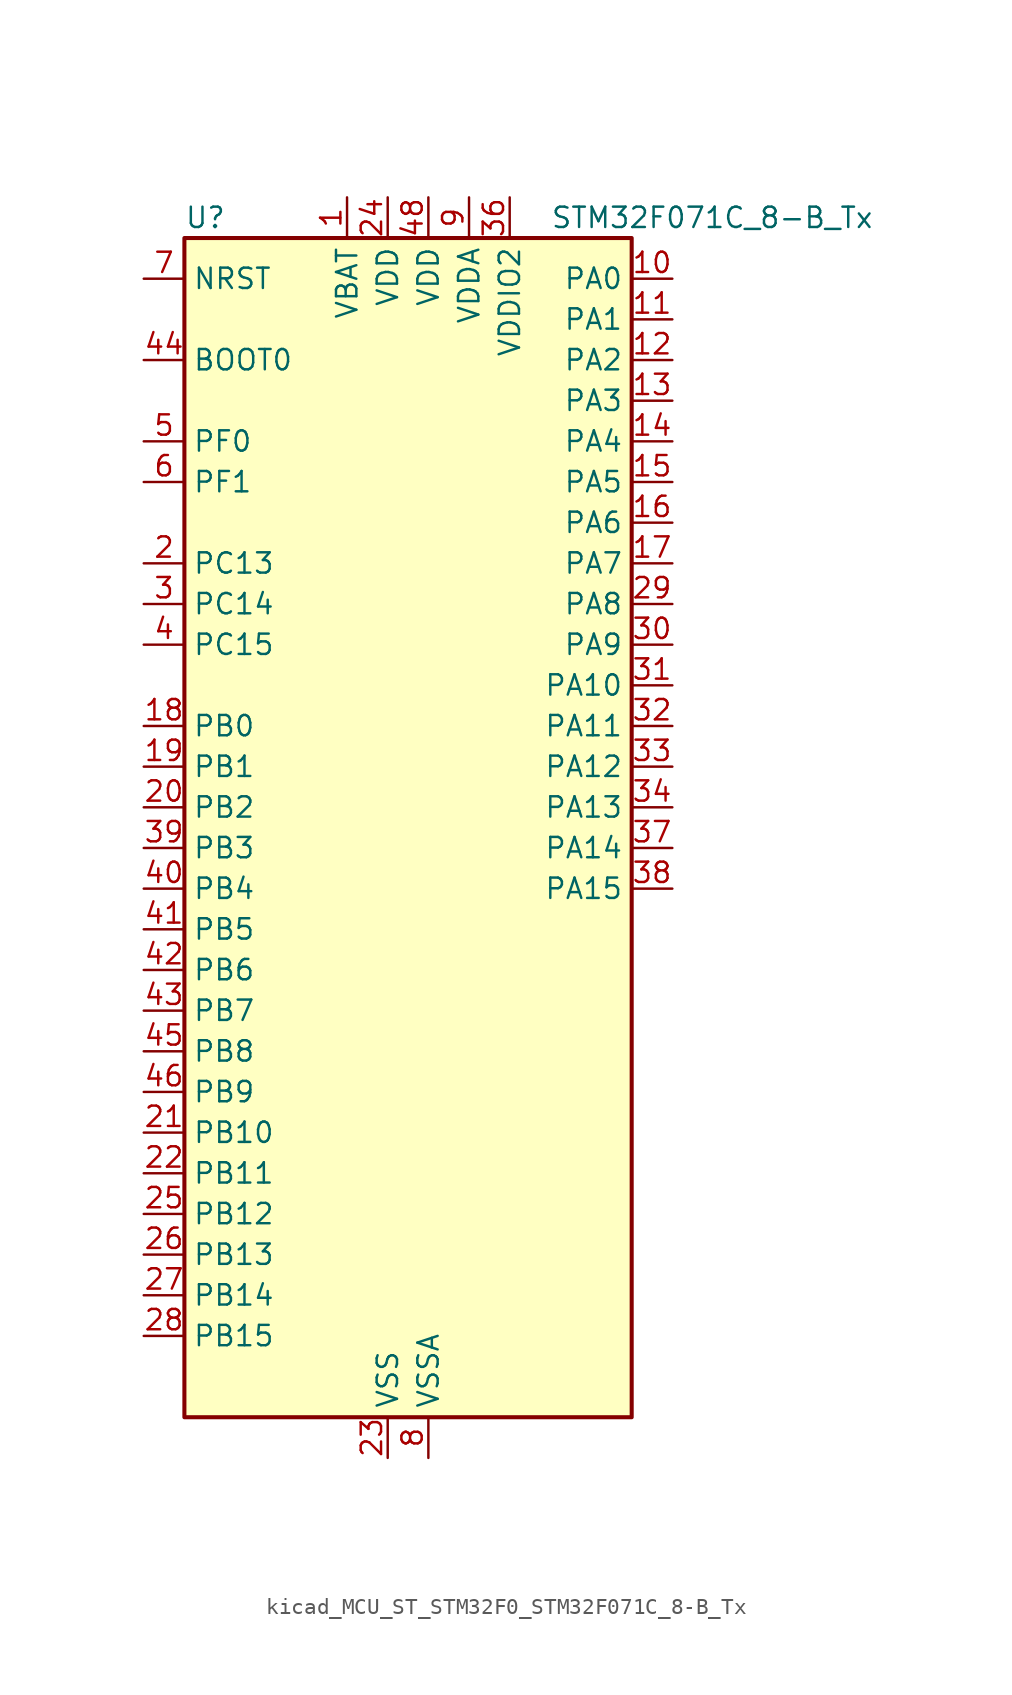
<source format=kicad_sym>
(kicad_symbol_lib
  (version 20220914)
  (generator kicad_symbol_editor)
  (symbol "kicad_MCU_ST_STM32F0_STM32F071C_8-B_Tx"
    (property "Reference" "U"
      (at -12.7 39.37 0)
      (effects (font (size 1.27 1.27)) (justify left)))
    (property "Value" "STM32F071C_8-B_Tx"
      (at 10.16 39.37 0)
      (effects (font (size 1.27 1.27)) (justify left)))
    (property "ki_locked" ""
      (at 0 0 0)
      (effects (font (size 1.27 1.27))))
    (symbol "kicad_MCU_ST_STM32F0_STM32F071C_8-B_Tx_0_1"
      (rectangle (start -12.7 -35.56) (end 15.24 38.1) (stroke (width 0.254) (type default)) (fill (type background))))
    (symbol "kicad_MCU_ST_STM32F0_STM32F071C_8-B_Tx_1_1"
      (pin power_in line (at -2.54 40.64 270) (length 2.54) (name "VBAT" (effects (font (size 1.27 1.27)))) (number "1" (effects (font (size 1.27 1.27)))))
      (pin bidirectional line (at 17.78 35.56 180) (length 2.54) (name "PA0" (effects (font (size 1.27 1.27)))) (number "10" (effects (font (size 1.27 1.27)))) (alternate "ADC_IN0" bidirectional line) (alternate "COMP1_INM" bidirectional line) (alternate "COMP1_OUT" bidirectional line) (alternate "RTC_TAMP2" bidirectional line) (alternate "SYS_WKUP1" bidirectional line) (alternate "TIM2_CH1" bidirectional line) (alternate "TIM2_ETR" bidirectional line) (alternate "TSC_G1_IO1" bidirectional line) (alternate "USART2_CTS" bidirectional line) (alternate "USART4_TX" bidirectional line))
      (pin bidirectional line (at 17.78 33.02 180) (length 2.54) (name "PA1" (effects (font (size 1.27 1.27)))) (number "11" (effects (font (size 1.27 1.27)))) (alternate "ADC_IN1" bidirectional line) (alternate "COMP1_INP" bidirectional line) (alternate "TIM15_CH1N" bidirectional line) (alternate "TIM2_CH2" bidirectional line) (alternate "TSC_G1_IO2" bidirectional line) (alternate "USART2_DE" bidirectional line) (alternate "USART2_RTS" bidirectional line) (alternate "USART4_RX" bidirectional line))
      (pin bidirectional line (at 17.78 30.48 180) (length 2.54) (name "PA2" (effects (font (size 1.27 1.27)))) (number "12" (effects (font (size 1.27 1.27)))) (alternate "ADC_IN2" bidirectional line) (alternate "COMP2_INM" bidirectional line) (alternate "COMP2_OUT" bidirectional line) (alternate "SYS_WKUP4" bidirectional line) (alternate "TIM15_CH1" bidirectional line) (alternate "TIM2_CH3" bidirectional line) (alternate "TSC_G1_IO3" bidirectional line) (alternate "USART2_TX" bidirectional line))
      (pin bidirectional line (at 17.78 27.94 180) (length 2.54) (name "PA3" (effects (font (size 1.27 1.27)))) (number "13" (effects (font (size 1.27 1.27)))) (alternate "ADC_IN3" bidirectional line) (alternate "COMP2_INP" bidirectional line) (alternate "TIM15_CH2" bidirectional line) (alternate "TIM2_CH4" bidirectional line) (alternate "TSC_G1_IO4" bidirectional line) (alternate "USART2_RX" bidirectional line))
      (pin bidirectional line (at 17.78 25.4 180) (length 2.54) (name "PA4" (effects (font (size 1.27 1.27)))) (number "14" (effects (font (size 1.27 1.27)))) (alternate "ADC_IN4" bidirectional line) (alternate "COMP1_INM" bidirectional line) (alternate "COMP2_INM" bidirectional line) (alternate "DAC_OUT1" bidirectional line) (alternate "I2S1_WS" bidirectional line) (alternate "SPI1_NSS" bidirectional line) (alternate "TIM14_CH1" bidirectional line) (alternate "TSC_G2_IO1" bidirectional line) (alternate "USART2_CK" bidirectional line))
      (pin bidirectional line (at 17.78 22.86 180) (length 2.54) (name "PA5" (effects (font (size 1.27 1.27)))) (number "15" (effects (font (size 1.27 1.27)))) (alternate "ADC_IN5" bidirectional line) (alternate "CEC" bidirectional line) (alternate "COMP1_INM" bidirectional line) (alternate "COMP2_INM" bidirectional line) (alternate "DAC_OUT2" bidirectional line) (alternate "I2S1_CK" bidirectional line) (alternate "SPI1_SCK" bidirectional line) (alternate "TIM2_CH1" bidirectional line) (alternate "TIM2_ETR" bidirectional line) (alternate "TSC_G2_IO2" bidirectional line))
      (pin bidirectional line (at 17.78 20.32 180) (length 2.54) (name "PA6" (effects (font (size 1.27 1.27)))) (number "16" (effects (font (size 1.27 1.27)))) (alternate "ADC_IN6" bidirectional line) (alternate "COMP1_OUT" bidirectional line) (alternate "I2S1_MCK" bidirectional line) (alternate "SPI1_MISO" bidirectional line) (alternate "TIM16_CH1" bidirectional line) (alternate "TIM1_BKIN" bidirectional line) (alternate "TIM3_CH1" bidirectional line) (alternate "TSC_G2_IO3" bidirectional line) (alternate "USART3_CTS" bidirectional line))
      (pin bidirectional line (at 17.78 17.78 180) (length 2.54) (name "PA7" (effects (font (size 1.27 1.27)))) (number "17" (effects (font (size 1.27 1.27)))) (alternate "ADC_IN7" bidirectional line) (alternate "COMP2_OUT" bidirectional line) (alternate "I2S1_SD" bidirectional line) (alternate "SPI1_MOSI" bidirectional line) (alternate "TIM14_CH1" bidirectional line) (alternate "TIM17_CH1" bidirectional line) (alternate "TIM1_CH1N" bidirectional line) (alternate "TIM3_CH2" bidirectional line) (alternate "TSC_G2_IO4" bidirectional line))
      (pin bidirectional line (at -15.24 7.62 0) (length 2.54) (name "PB0" (effects (font (size 1.27 1.27)))) (number "18" (effects (font (size 1.27 1.27)))) (alternate "ADC_IN8" bidirectional line) (alternate "TIM1_CH2N" bidirectional line) (alternate "TIM3_CH3" bidirectional line) (alternate "TSC_G3_IO2" bidirectional line) (alternate "USART3_CK" bidirectional line))
      (pin bidirectional line (at -15.24 5.08 0) (length 2.54) (name "PB1" (effects (font (size 1.27 1.27)))) (number "19" (effects (font (size 1.27 1.27)))) (alternate "ADC_IN9" bidirectional line) (alternate "TIM14_CH1" bidirectional line) (alternate "TIM1_CH3N" bidirectional line) (alternate "TIM3_CH4" bidirectional line) (alternate "TSC_G3_IO3" bidirectional line) (alternate "USART3_DE" bidirectional line) (alternate "USART3_RTS" bidirectional line))
      (pin bidirectional line (at -15.24 17.78 0) (length 2.54) (name "PC13" (effects (font (size 1.27 1.27)))) (number "2" (effects (font (size 1.27 1.27)))) (alternate "RTC_OUT_ALARM" bidirectional line) (alternate "RTC_OUT_CALIB" bidirectional line) (alternate "RTC_TAMP1" bidirectional line) (alternate "RTC_TS" bidirectional line) (alternate "SYS_WKUP2" bidirectional line))
      (pin bidirectional line (at -15.24 2.54 0) (length 2.54) (name "PB2" (effects (font (size 1.27 1.27)))) (number "20" (effects (font (size 1.27 1.27)))) (alternate "TSC_G3_IO4" bidirectional line))
      (pin bidirectional line (at -15.24 -17.78 0) (length 2.54) (name "PB10" (effects (font (size 1.27 1.27)))) (number "21" (effects (font (size 1.27 1.27)))) (alternate "CEC" bidirectional line) (alternate "I2C2_SCL" bidirectional line) (alternate "I2S2_CK" bidirectional line) (alternate "SPI2_SCK" bidirectional line) (alternate "TIM2_CH3" bidirectional line) (alternate "TSC_SYNC" bidirectional line) (alternate "USART3_TX" bidirectional line))
      (pin bidirectional line (at -15.24 -20.32 0) (length 2.54) (name "PB11" (effects (font (size 1.27 1.27)))) (number "22" (effects (font (size 1.27 1.27)))) (alternate "I2C2_SDA" bidirectional line) (alternate "TIM2_CH4" bidirectional line) (alternate "TSC_G6_IO1" bidirectional line) (alternate "USART3_RX" bidirectional line))
      (pin power_in line (at 0 -38.1 90) (length 2.54) (name "VSS" (effects (font (size 1.27 1.27)))) (number "23" (effects (font (size 1.27 1.27)))))
      (pin power_in line (at 0 40.64 270) (length 2.54) (name "VDD" (effects (font (size 1.27 1.27)))) (number "24" (effects (font (size 1.27 1.27)))))
      (pin bidirectional line (at -15.24 -22.86 0) (length 2.54) (name "PB12" (effects (font (size 1.27 1.27)))) (number "25" (effects (font (size 1.27 1.27)))) (alternate "I2S2_WS" bidirectional line) (alternate "SPI2_NSS" bidirectional line) (alternate "TIM15_BKIN" bidirectional line) (alternate "TIM1_BKIN" bidirectional line) (alternate "TSC_G6_IO2" bidirectional line) (alternate "USART3_CK" bidirectional line))
      (pin bidirectional line (at -15.24 -25.4 0) (length 2.54) (name "PB13" (effects (font (size 1.27 1.27)))) (number "26" (effects (font (size 1.27 1.27)))) (alternate "I2C2_SCL" bidirectional line) (alternate "I2S2_CK" bidirectional line) (alternate "SPI2_SCK" bidirectional line) (alternate "TIM1_CH1N" bidirectional line) (alternate "TSC_G6_IO3" bidirectional line) (alternate "USART3_CTS" bidirectional line))
      (pin bidirectional line (at -15.24 -27.94 0) (length 2.54) (name "PB14" (effects (font (size 1.27 1.27)))) (number "27" (effects (font (size 1.27 1.27)))) (alternate "I2C2_SDA" bidirectional line) (alternate "I2S2_MCK" bidirectional line) (alternate "SPI2_MISO" bidirectional line) (alternate "TIM15_CH1" bidirectional line) (alternate "TIM1_CH2N" bidirectional line) (alternate "TSC_G6_IO4" bidirectional line) (alternate "USART3_DE" bidirectional line) (alternate "USART3_RTS" bidirectional line))
      (pin bidirectional line (at -15.24 -30.48 0) (length 2.54) (name "PB15" (effects (font (size 1.27 1.27)))) (number "28" (effects (font (size 1.27 1.27)))) (alternate "I2S2_SD" bidirectional line) (alternate "RTC_REFIN" bidirectional line) (alternate "SPI2_MOSI" bidirectional line) (alternate "SYS_WKUP7" bidirectional line) (alternate "TIM15_CH1N" bidirectional line) (alternate "TIM15_CH2" bidirectional line) (alternate "TIM1_CH3N" bidirectional line))
      (pin bidirectional line (at 17.78 15.24 180) (length 2.54) (name "PA8" (effects (font (size 1.27 1.27)))) (number "29" (effects (font (size 1.27 1.27)))) (alternate "CRS_SYNC" bidirectional line) (alternate "RCC_MCO" bidirectional line) (alternate "TIM1_CH1" bidirectional line) (alternate "USART1_CK" bidirectional line))
      (pin bidirectional line (at -15.24 15.24 0) (length 2.54) (name "PC14" (effects (font (size 1.27 1.27)))) (number "3" (effects (font (size 1.27 1.27)))) (alternate "RCC_OSC32_IN" bidirectional line))
      (pin bidirectional line (at 17.78 12.7 180) (length 2.54) (name "PA9" (effects (font (size 1.27 1.27)))) (number "30" (effects (font (size 1.27 1.27)))) (alternate "DAC_EXTI9" bidirectional line) (alternate "TIM15_BKIN" bidirectional line) (alternate "TIM1_CH2" bidirectional line) (alternate "TSC_G4_IO1" bidirectional line) (alternate "USART1_TX" bidirectional line))
      (pin bidirectional line (at 17.78 10.16 180) (length 2.54) (name "PA10" (effects (font (size 1.27 1.27)))) (number "31" (effects (font (size 1.27 1.27)))) (alternate "TIM17_BKIN" bidirectional line) (alternate "TIM1_CH3" bidirectional line) (alternate "TSC_G4_IO2" bidirectional line) (alternate "USART1_RX" bidirectional line))
      (pin bidirectional line (at 17.78 7.62 180) (length 2.54) (name "PA11" (effects (font (size 1.27 1.27)))) (number "32" (effects (font (size 1.27 1.27)))) (alternate "COMP1_OUT" bidirectional line) (alternate "TIM1_CH4" bidirectional line) (alternate "TSC_G4_IO3" bidirectional line) (alternate "USART1_CTS" bidirectional line))
      (pin bidirectional line (at 17.78 5.08 180) (length 2.54) (name "PA12" (effects (font (size 1.27 1.27)))) (number "33" (effects (font (size 1.27 1.27)))) (alternate "COMP2_OUT" bidirectional line) (alternate "TIM1_ETR" bidirectional line) (alternate "TSC_G4_IO4" bidirectional line) (alternate "USART1_DE" bidirectional line) (alternate "USART1_RTS" bidirectional line))
      (pin bidirectional line (at 17.78 2.54 180) (length 2.54) (name "PA13" (effects (font (size 1.27 1.27)))) (number "34" (effects (font (size 1.27 1.27)))) (alternate "IR_OUT" bidirectional line) (alternate "SYS_SWDIO" bidirectional line))
      (pin passive line (at 0 -38.1 90) (length 2.54) hide (name "VSS" (effects (font (size 1.27 1.27)))) (number "35" (effects (font (size 1.27 1.27)))))
      (pin power_in line (at 7.62 40.64 270) (length 2.54) (name "VDDIO2" (effects (font (size 1.27 1.27)))) (number "36" (effects (font (size 1.27 1.27)))))
      (pin bidirectional line (at 17.78 0 180) (length 2.54) (name "PA14" (effects (font (size 1.27 1.27)))) (number "37" (effects (font (size 1.27 1.27)))) (alternate "SYS_SWCLK" bidirectional line) (alternate "USART2_TX" bidirectional line))
      (pin bidirectional line (at 17.78 -2.54 180) (length 2.54) (name "PA15" (effects (font (size 1.27 1.27)))) (number "38" (effects (font (size 1.27 1.27)))) (alternate "I2S1_WS" bidirectional line) (alternate "SPI1_NSS" bidirectional line) (alternate "TIM2_CH1" bidirectional line) (alternate "TIM2_ETR" bidirectional line) (alternate "USART2_RX" bidirectional line) (alternate "USART4_DE" bidirectional line) (alternate "USART4_RTS" bidirectional line))
      (pin bidirectional line (at -15.24 0 0) (length 2.54) (name "PB3" (effects (font (size 1.27 1.27)))) (number "39" (effects (font (size 1.27 1.27)))) (alternate "I2S1_CK" bidirectional line) (alternate "SPI1_SCK" bidirectional line) (alternate "TIM2_CH2" bidirectional line) (alternate "TSC_G5_IO1" bidirectional line))
      (pin bidirectional line (at -15.24 12.7 0) (length 2.54) (name "PC15" (effects (font (size 1.27 1.27)))) (number "4" (effects (font (size 1.27 1.27)))) (alternate "RCC_OSC32_OUT" bidirectional line))
      (pin bidirectional line (at -15.24 -2.54 0) (length 2.54) (name "PB4" (effects (font (size 1.27 1.27)))) (number "40" (effects (font (size 1.27 1.27)))) (alternate "I2S1_MCK" bidirectional line) (alternate "SPI1_MISO" bidirectional line) (alternate "TIM17_BKIN" bidirectional line) (alternate "TIM3_CH1" bidirectional line) (alternate "TSC_G5_IO2" bidirectional line))
      (pin bidirectional line (at -15.24 -5.08 0) (length 2.54) (name "PB5" (effects (font (size 1.27 1.27)))) (number "41" (effects (font (size 1.27 1.27)))) (alternate "I2C1_SMBA" bidirectional line) (alternate "I2S1_SD" bidirectional line) (alternate "SPI1_MOSI" bidirectional line) (alternate "SYS_WKUP6" bidirectional line) (alternate "TIM16_BKIN" bidirectional line) (alternate "TIM3_CH2" bidirectional line))
      (pin bidirectional line (at -15.24 -7.62 0) (length 2.54) (name "PB6" (effects (font (size 1.27 1.27)))) (number "42" (effects (font (size 1.27 1.27)))) (alternate "I2C1_SCL" bidirectional line) (alternate "TIM16_CH1N" bidirectional line) (alternate "TSC_G5_IO3" bidirectional line) (alternate "USART1_TX" bidirectional line))
      (pin bidirectional line (at -15.24 -10.16 0) (length 2.54) (name "PB7" (effects (font (size 1.27 1.27)))) (number "43" (effects (font (size 1.27 1.27)))) (alternate "I2C1_SDA" bidirectional line) (alternate "TIM17_CH1N" bidirectional line) (alternate "TSC_G5_IO4" bidirectional line) (alternate "USART1_RX" bidirectional line) (alternate "USART4_CTS" bidirectional line))
      (pin input line (at -15.24 30.48 0) (length 2.54) (name "BOOT0" (effects (font (size 1.27 1.27)))) (number "44" (effects (font (size 1.27 1.27)))))
      (pin bidirectional line (at -15.24 -12.7 0) (length 2.54) (name "PB8" (effects (font (size 1.27 1.27)))) (number "45" (effects (font (size 1.27 1.27)))) (alternate "CEC" bidirectional line) (alternate "I2C1_SCL" bidirectional line) (alternate "TIM16_CH1" bidirectional line) (alternate "TSC_SYNC" bidirectional line))
      (pin bidirectional line (at -15.24 -15.24 0) (length 2.54) (name "PB9" (effects (font (size 1.27 1.27)))) (number "46" (effects (font (size 1.27 1.27)))) (alternate "DAC_EXTI9" bidirectional line) (alternate "I2C1_SDA" bidirectional line) (alternate "I2S2_WS" bidirectional line) (alternate "IR_OUT" bidirectional line) (alternate "SPI2_NSS" bidirectional line) (alternate "TIM17_CH1" bidirectional line))
      (pin passive line (at 0 -38.1 90) (length 2.54) hide (name "VSS" (effects (font (size 1.27 1.27)))) (number "47" (effects (font (size 1.27 1.27)))))
      (pin power_in line (at 2.54 40.64 270) (length 2.54) (name "VDD" (effects (font (size 1.27 1.27)))) (number "48" (effects (font (size 1.27 1.27)))))
      (pin bidirectional line (at -15.24 25.4 0) (length 2.54) (name "PF0" (effects (font (size 1.27 1.27)))) (number "5" (effects (font (size 1.27 1.27)))) (alternate "CRS_SYNC" bidirectional line) (alternate "RCC_OSC_IN" bidirectional line))
      (pin bidirectional line (at -15.24 22.86 0) (length 2.54) (name "PF1" (effects (font (size 1.27 1.27)))) (number "6" (effects (font (size 1.27 1.27)))) (alternate "RCC_OSC_OUT" bidirectional line))
      (pin input line (at -15.24 35.56 0) (length 2.54) (name "NRST" (effects (font (size 1.27 1.27)))) (number "7" (effects (font (size 1.27 1.27)))))
      (pin power_in line (at 2.54 -38.1 90) (length 2.54) (name "VSSA" (effects (font (size 1.27 1.27)))) (number "8" (effects (font (size 1.27 1.27)))))
      (pin power_in line (at 5.08 40.64 270) (length 2.54) (name "VDDA" (effects (font (size 1.27 1.27)))) (number "9" (effects (font (size 1.27 1.27))))))))
</source>
